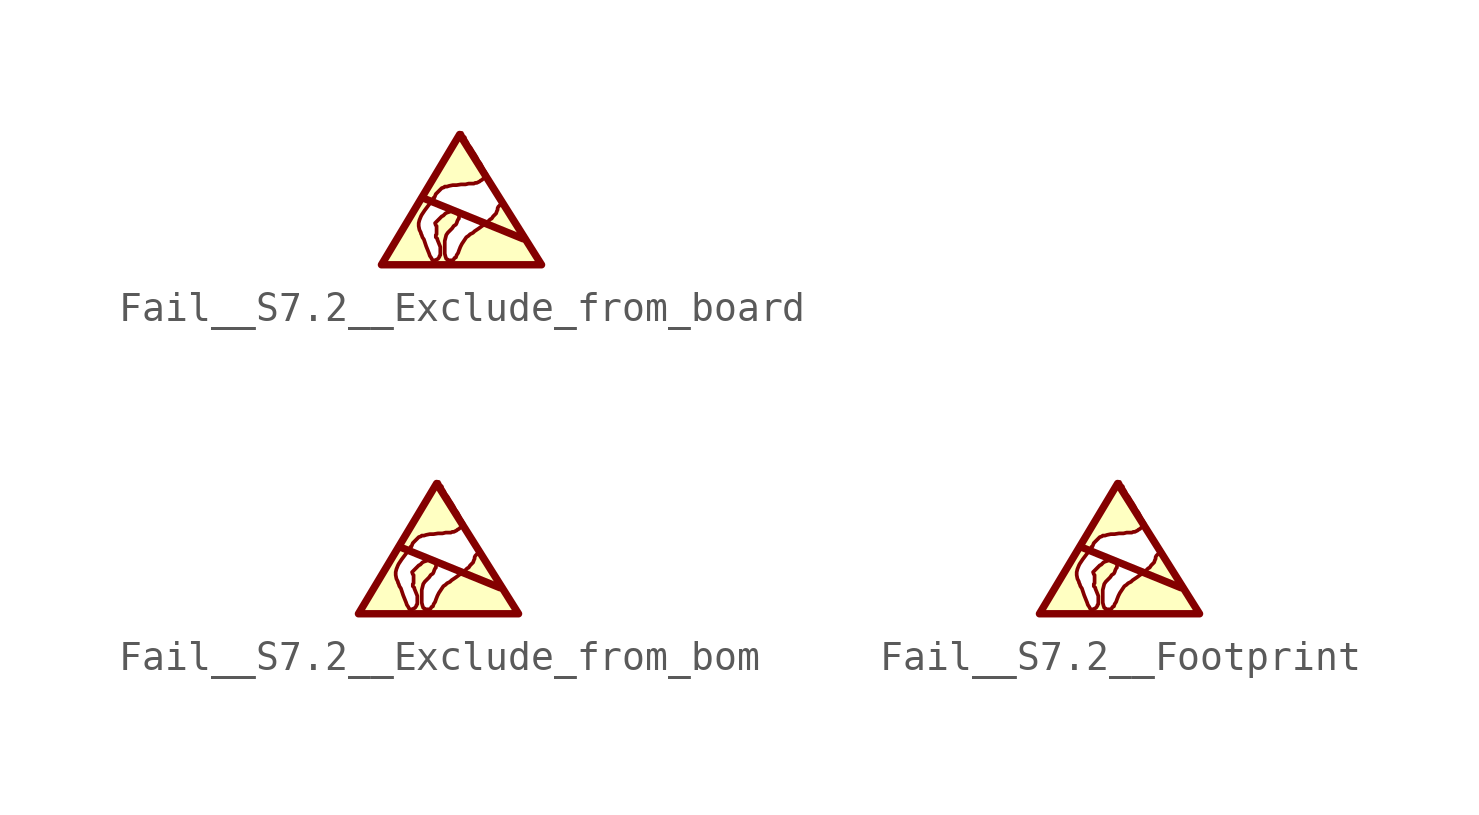
<source format=kicad_sym>
(kicad_symbol_lib
  (version 20231120)
  (generator "kicad_symbol_editor")
  (generator_version "8.0")
  (symbol "Fail__S7.2__Exclude_from_board"
    (pin_names
      (offset 1.016))
    (property "Reference" "#SYM"
      (at 0 3.556 0)
      (effects (font (size 1.27 1.27)) (hide yes)))
    (symbol "Fail__S7.2__Exclude_from_board_0_0"
      (polyline (pts (xy -1.27 0.381) (xy 2.159 -1.016)) (stroke (width 0.254) (type default)) (fill (type none)))
      (polyline (pts (xy -2.667 -1.905) (xy 2.794 -1.905) (xy 0 2.54) (xy -2.667 -1.905)) (stroke (width 0.254) (type default)) (fill (type none)))
      (polyline (pts (xy 2.743 -1.905) (xy 2.718 -1.88) (xy 2.616 -1.676) (xy 2.565 -1.6) (xy 2.489 -1.499) (xy 2.438 -1.372) (xy 1.753 -0.229) (xy 1.702 -0.127) (xy 1.626 -0.051) (xy 1.6 0.051) (xy 1.549 0.102) (xy 1.499 0.203) (xy 1.473 0.229) (xy 1.473 0.203) (xy 1.448 0.203) (xy 1.321 0.076) (xy 1.295 0.025) (xy 1.295 -0.025) (xy 1.27 -0.076) (xy 1.245 -0.152) (xy 1.143 -0.254) (xy 1.092 -0.33) (xy 1.041 -0.356) (xy 0.914 -0.483) (xy 0.762 -0.584) (xy 0.66 -0.66) (xy 0.508 -0.762) (xy 0.457 -0.813) (xy 0.356 -0.864) (xy 0.305 -0.914) (xy 0.229 -0.965) (xy 0.076 -1.194) (xy 0.025 -1.295) (xy -0.025 -1.422) (xy -0.051 -1.499) (xy -0.102 -1.575) (xy -0.127 -1.651) (xy -0.178 -1.676) (xy -0.203 -1.727) (xy -0.254 -1.753) (xy -0.406 -1.753) (xy -0.406 -1.727) (xy -0.457 -1.702) (xy -0.483 -1.626) (xy -0.508 -1.524) (xy -0.508 -1.092) (xy -0.457 -0.889) (xy -0.406 -0.813) (xy -0.254 -0.66) (xy -0.203 -0.584) (xy -0.127 -0.533) (xy -0.102 -0.483) (xy -0.076 -0.406) (xy -0.051 -0.356) (xy -0.025 -0.33) (xy -0.025 -0.279) (xy 0 -0.229) (xy -0.076 -0.152) (xy -0.127 -0.127) (xy -0.152 -0.076) (xy -0.203 -0.051) (xy -0.229 -0.025) (xy -0.254 -0.025) (xy -0.305 -0.076) (xy -0.356 -0.102) (xy -0.432 -0.127) (xy -0.483 -0.152) (xy -0.559 -0.229) (xy -0.61 -0.254) (xy -0.838 -0.483) (xy -0.813 -0.559) (xy -0.787 -0.584) (xy -0.787 -0.864) (xy -0.813 -0.889) (xy -0.813 -0.965) (xy -0.762 -1.016) (xy -0.762 -1.041) (xy -0.66 -1.295) (xy -0.66 -1.575) (xy -0.686 -1.6) (xy -0.686 -1.626) (xy -0.737 -1.702) (xy -0.838 -1.753) (xy -0.914 -1.753) (xy -0.94 -1.727) (xy -0.965 -1.676) (xy -1.016 -1.6) (xy -1.041 -1.524) (xy -1.143 -1.27) (xy -1.219 -1.041) (xy -1.27 -0.965) (xy -1.295 -0.889) (xy -1.321 -0.838) (xy -1.321 -0.813) (xy -1.372 -0.711) (xy -1.397 -0.584) (xy -1.397 -0.483) (xy -1.372 -0.381) (xy -1.321 -0.254) (xy -1.295 -0.203) (xy -1.194 -0.051) (xy -1.041 0.152) (xy -0.991 0.203) (xy -0.965 0.254) (xy -0.914 0.33) (xy -0.889 0.381) (xy -0.864 0.381) (xy -0.813 0.508) (xy -0.61 0.711) (xy -0.533 0.737) (xy -0.508 0.762) (xy -0.432 0.762) (xy -0.356 0.787) (xy -0.229 0.813) (xy -0.102 0.813) (xy 0.051 0.838) (xy 0.203 0.838) (xy 0.305 0.864) (xy 0.483 0.864) (xy 0.533 0.889) (xy 0.584 0.889) (xy 0.686 0.94) (xy 0.711 0.965) (xy 0.762 0.991) (xy 0.813 1.041) (xy 0.864 1.067) (xy 0.889 1.118) (xy 0.914 1.143) (xy 0.914 1.194) (xy 0.889 1.219) (xy 0.864 1.27) (xy 0.813 1.346) (xy 0.711 1.549) (xy 0.635 1.651) (xy 0.584 1.753) (xy 0.508 1.88) (xy 0.457 1.956) (xy 0.381 2.083) (xy 0.305 2.184) (xy 0.254 2.286) (xy 0.203 2.362) (xy 0.178 2.438) (xy 0.102 2.515) (xy 0.102 2.54) (xy 0.076 2.565) (xy 0.076 2.591) (xy 0.025 2.591) (xy 0.025 2.565) (xy -0.025 2.515) (xy -0.102 2.362) (xy -0.254 2.134) (xy -0.305 2.032) (xy -0.457 1.778) (xy -0.559 1.626) (xy -0.762 1.27) (xy -0.889 1.067) (xy -1.016 0.838) (xy -1.168 0.61) (xy -1.321 0.33) (xy -1.397 0.203) (xy -1.524 -0.025) (xy -1.778 -0.432) (xy -1.88 -0.635) (xy -2.007 -0.813) (xy -2.108 -0.991) (xy -2.21 -1.143) (xy -2.286 -1.295) (xy -2.438 -1.549) (xy -2.489 -1.651) (xy -2.565 -1.753) (xy -2.591 -1.829) (xy -2.616 -1.88) (xy -2.642 -1.905) (xy -2.642 -1.93) (xy 2.743 -1.93) (xy 2.743 -1.905)) (stroke (width 0.127) (type default)) (fill (type background)))))
  (symbol "Fail__S7.2__Exclude_from_bom"
    (pin_names
      (offset 1.016))
    (property "Reference" "#SYM"
      (at 0 3.556 0)
      (effects (font (size 1.27 1.27)) (hide yes)))
    (symbol "Fail__S7.2__Exclude_from_bom_0_0"
      (polyline (pts (xy -1.27 0.381) (xy 2.159 -1.016)) (stroke (width 0.254) (type default)) (fill (type none)))
      (polyline (pts (xy -2.667 -1.905) (xy 2.794 -1.905) (xy 0 2.54) (xy -2.667 -1.905)) (stroke (width 0.254) (type default)) (fill (type none)))
      (polyline (pts (xy 2.743 -1.905) (xy 2.718 -1.88) (xy 2.616 -1.676) (xy 2.565 -1.6) (xy 2.489 -1.499) (xy 2.438 -1.372) (xy 1.753 -0.229) (xy 1.702 -0.127) (xy 1.626 -0.051) (xy 1.6 0.051) (xy 1.549 0.102) (xy 1.499 0.203) (xy 1.473 0.229) (xy 1.473 0.203) (xy 1.448 0.203) (xy 1.321 0.076) (xy 1.295 0.025) (xy 1.295 -0.025) (xy 1.27 -0.076) (xy 1.245 -0.152) (xy 1.143 -0.254) (xy 1.092 -0.33) (xy 1.041 -0.356) (xy 0.914 -0.483) (xy 0.762 -0.584) (xy 0.66 -0.66) (xy 0.508 -0.762) (xy 0.457 -0.813) (xy 0.356 -0.864) (xy 0.305 -0.914) (xy 0.229 -0.965) (xy 0.076 -1.194) (xy 0.025 -1.295) (xy -0.025 -1.422) (xy -0.051 -1.499) (xy -0.102 -1.575) (xy -0.127 -1.651) (xy -0.178 -1.676) (xy -0.203 -1.727) (xy -0.254 -1.753) (xy -0.406 -1.753) (xy -0.406 -1.727) (xy -0.457 -1.702) (xy -0.483 -1.626) (xy -0.508 -1.524) (xy -0.508 -1.092) (xy -0.457 -0.889) (xy -0.406 -0.813) (xy -0.254 -0.66) (xy -0.203 -0.584) (xy -0.127 -0.533) (xy -0.102 -0.483) (xy -0.076 -0.406) (xy -0.051 -0.356) (xy -0.025 -0.33) (xy -0.025 -0.279) (xy 0 -0.229) (xy -0.076 -0.152) (xy -0.127 -0.127) (xy -0.152 -0.076) (xy -0.203 -0.051) (xy -0.229 -0.025) (xy -0.254 -0.025) (xy -0.305 -0.076) (xy -0.356 -0.102) (xy -0.432 -0.127) (xy -0.483 -0.152) (xy -0.559 -0.229) (xy -0.61 -0.254) (xy -0.838 -0.483) (xy -0.813 -0.559) (xy -0.787 -0.584) (xy -0.787 -0.864) (xy -0.813 -0.889) (xy -0.813 -0.965) (xy -0.762 -1.016) (xy -0.762 -1.041) (xy -0.66 -1.295) (xy -0.66 -1.575) (xy -0.686 -1.6) (xy -0.686 -1.626) (xy -0.737 -1.702) (xy -0.838 -1.753) (xy -0.914 -1.753) (xy -0.94 -1.727) (xy -0.965 -1.676) (xy -1.016 -1.6) (xy -1.041 -1.524) (xy -1.143 -1.27) (xy -1.219 -1.041) (xy -1.27 -0.965) (xy -1.295 -0.889) (xy -1.321 -0.838) (xy -1.321 -0.813) (xy -1.372 -0.711) (xy -1.397 -0.584) (xy -1.397 -0.483) (xy -1.372 -0.381) (xy -1.321 -0.254) (xy -1.295 -0.203) (xy -1.194 -0.051) (xy -1.041 0.152) (xy -0.991 0.203) (xy -0.965 0.254) (xy -0.914 0.33) (xy -0.889 0.381) (xy -0.864 0.381) (xy -0.813 0.508) (xy -0.61 0.711) (xy -0.533 0.737) (xy -0.508 0.762) (xy -0.432 0.762) (xy -0.356 0.787) (xy -0.229 0.813) (xy -0.102 0.813) (xy 0.051 0.838) (xy 0.203 0.838) (xy 0.305 0.864) (xy 0.483 0.864) (xy 0.533 0.889) (xy 0.584 0.889) (xy 0.686 0.94) (xy 0.711 0.965) (xy 0.762 0.991) (xy 0.813 1.041) (xy 0.864 1.067) (xy 0.889 1.118) (xy 0.914 1.143) (xy 0.914 1.194) (xy 0.889 1.219) (xy 0.864 1.27) (xy 0.813 1.346) (xy 0.711 1.549) (xy 0.635 1.651) (xy 0.584 1.753) (xy 0.508 1.88) (xy 0.457 1.956) (xy 0.381 2.083) (xy 0.305 2.184) (xy 0.254 2.286) (xy 0.203 2.362) (xy 0.178 2.438) (xy 0.102 2.515) (xy 0.102 2.54) (xy 0.076 2.565) (xy 0.076 2.591) (xy 0.025 2.591) (xy 0.025 2.565) (xy -0.025 2.515) (xy -0.102 2.362) (xy -0.254 2.134) (xy -0.305 2.032) (xy -0.457 1.778) (xy -0.559 1.626) (xy -0.762 1.27) (xy -0.889 1.067) (xy -1.016 0.838) (xy -1.168 0.61) (xy -1.321 0.33) (xy -1.397 0.203) (xy -1.524 -0.025) (xy -1.778 -0.432) (xy -1.88 -0.635) (xy -2.007 -0.813) (xy -2.108 -0.991) (xy -2.21 -1.143) (xy -2.286 -1.295) (xy -2.438 -1.549) (xy -2.489 -1.651) (xy -2.565 -1.753) (xy -2.591 -1.829) (xy -2.616 -1.88) (xy -2.642 -1.905) (xy -2.642 -1.93) (xy 2.743 -1.93) (xy 2.743 -1.905)) (stroke (width 0.127) (type default)) (fill (type background)))))
  (symbol "Fail__S7.2__Footprint"
    (pin_names
      (offset 1.016))
    (property "Reference" "#SYM"
      (at 0 3.556 0)
      (effects (font (size 1.27 1.27)) (hide yes)))
    (symbol "Fail__S7.2__Footprint_0_0"
      (polyline (pts (xy -1.27 0.381) (xy 2.159 -1.016)) (stroke (width 0.254) (type default)) (fill (type none)))
      (polyline (pts (xy -2.667 -1.905) (xy 2.794 -1.905) (xy 0 2.54) (xy -2.667 -1.905)) (stroke (width 0.254) (type default)) (fill (type none)))
      (polyline (pts (xy 2.743 -1.905) (xy 2.718 -1.88) (xy 2.616 -1.676) (xy 2.565 -1.6) (xy 2.489 -1.499) (xy 2.438 -1.372) (xy 1.753 -0.229) (xy 1.702 -0.127) (xy 1.626 -0.051) (xy 1.6 0.051) (xy 1.549 0.102) (xy 1.499 0.203) (xy 1.473 0.229) (xy 1.473 0.203) (xy 1.448 0.203) (xy 1.321 0.076) (xy 1.295 0.025) (xy 1.295 -0.025) (xy 1.27 -0.076) (xy 1.245 -0.152) (xy 1.143 -0.254) (xy 1.092 -0.33) (xy 1.041 -0.356) (xy 0.914 -0.483) (xy 0.762 -0.584) (xy 0.66 -0.66) (xy 0.508 -0.762) (xy 0.457 -0.813) (xy 0.356 -0.864) (xy 0.305 -0.914) (xy 0.229 -0.965) (xy 0.076 -1.194) (xy 0.025 -1.295) (xy -0.025 -1.422) (xy -0.051 -1.499) (xy -0.102 -1.575) (xy -0.127 -1.651) (xy -0.178 -1.676) (xy -0.203 -1.727) (xy -0.254 -1.753) (xy -0.406 -1.753) (xy -0.406 -1.727) (xy -0.457 -1.702) (xy -0.483 -1.626) (xy -0.508 -1.524) (xy -0.508 -1.092) (xy -0.457 -0.889) (xy -0.406 -0.813) (xy -0.254 -0.66) (xy -0.203 -0.584) (xy -0.127 -0.533) (xy -0.102 -0.483) (xy -0.076 -0.406) (xy -0.051 -0.356) (xy -0.025 -0.33) (xy -0.025 -0.279) (xy 0 -0.229) (xy -0.076 -0.152) (xy -0.127 -0.127) (xy -0.152 -0.076) (xy -0.203 -0.051) (xy -0.229 -0.025) (xy -0.254 -0.025) (xy -0.305 -0.076) (xy -0.356 -0.102) (xy -0.432 -0.127) (xy -0.483 -0.152) (xy -0.559 -0.229) (xy -0.61 -0.254) (xy -0.838 -0.483) (xy -0.813 -0.559) (xy -0.787 -0.584) (xy -0.787 -0.864) (xy -0.813 -0.889) (xy -0.813 -0.965) (xy -0.762 -1.016) (xy -0.762 -1.041) (xy -0.66 -1.295) (xy -0.66 -1.575) (xy -0.686 -1.6) (xy -0.686 -1.626) (xy -0.737 -1.702) (xy -0.838 -1.753) (xy -0.914 -1.753) (xy -0.94 -1.727) (xy -0.965 -1.676) (xy -1.016 -1.6) (xy -1.041 -1.524) (xy -1.143 -1.27) (xy -1.219 -1.041) (xy -1.27 -0.965) (xy -1.295 -0.889) (xy -1.321 -0.838) (xy -1.321 -0.813) (xy -1.372 -0.711) (xy -1.397 -0.584) (xy -1.397 -0.483) (xy -1.372 -0.381) (xy -1.321 -0.254) (xy -1.295 -0.203) (xy -1.194 -0.051) (xy -1.041 0.152) (xy -0.991 0.203) (xy -0.965 0.254) (xy -0.914 0.33) (xy -0.889 0.381) (xy -0.864 0.381) (xy -0.813 0.508) (xy -0.61 0.711) (xy -0.533 0.737) (xy -0.508 0.762) (xy -0.432 0.762) (xy -0.356 0.787) (xy -0.229 0.813) (xy -0.102 0.813) (xy 0.051 0.838) (xy 0.203 0.838) (xy 0.305 0.864) (xy 0.483 0.864) (xy 0.533 0.889) (xy 0.584 0.889) (xy 0.686 0.94) (xy 0.711 0.965) (xy 0.762 0.991) (xy 0.813 1.041) (xy 0.864 1.067) (xy 0.889 1.118) (xy 0.914 1.143) (xy 0.914 1.194) (xy 0.889 1.219) (xy 0.864 1.27) (xy 0.813 1.346) (xy 0.711 1.549) (xy 0.635 1.651) (xy 0.584 1.753) (xy 0.508 1.88) (xy 0.457 1.956) (xy 0.381 2.083) (xy 0.305 2.184) (xy 0.254 2.286) (xy 0.203 2.362) (xy 0.178 2.438) (xy 0.102 2.515) (xy 0.102 2.54) (xy 0.076 2.565) (xy 0.076 2.591) (xy 0.025 2.591) (xy 0.025 2.565) (xy -0.025 2.515) (xy -0.102 2.362) (xy -0.254 2.134) (xy -0.305 2.032) (xy -0.457 1.778) (xy -0.559 1.626) (xy -0.762 1.27) (xy -0.889 1.067) (xy -1.016 0.838) (xy -1.168 0.61) (xy -1.321 0.33) (xy -1.397 0.203) (xy -1.524 -0.025) (xy -1.778 -0.432) (xy -1.88 -0.635) (xy -2.007 -0.813) (xy -2.108 -0.991) (xy -2.21 -1.143) (xy -2.286 -1.295) (xy -2.438 -1.549) (xy -2.489 -1.651) (xy -2.565 -1.753) (xy -2.591 -1.829) (xy -2.616 -1.88) (xy -2.642 -1.905) (xy -2.642 -1.93) (xy 2.743 -1.93) (xy 2.743 -1.905)) (stroke (width 0.127) (type default)) (fill (type background))))))
</source>
